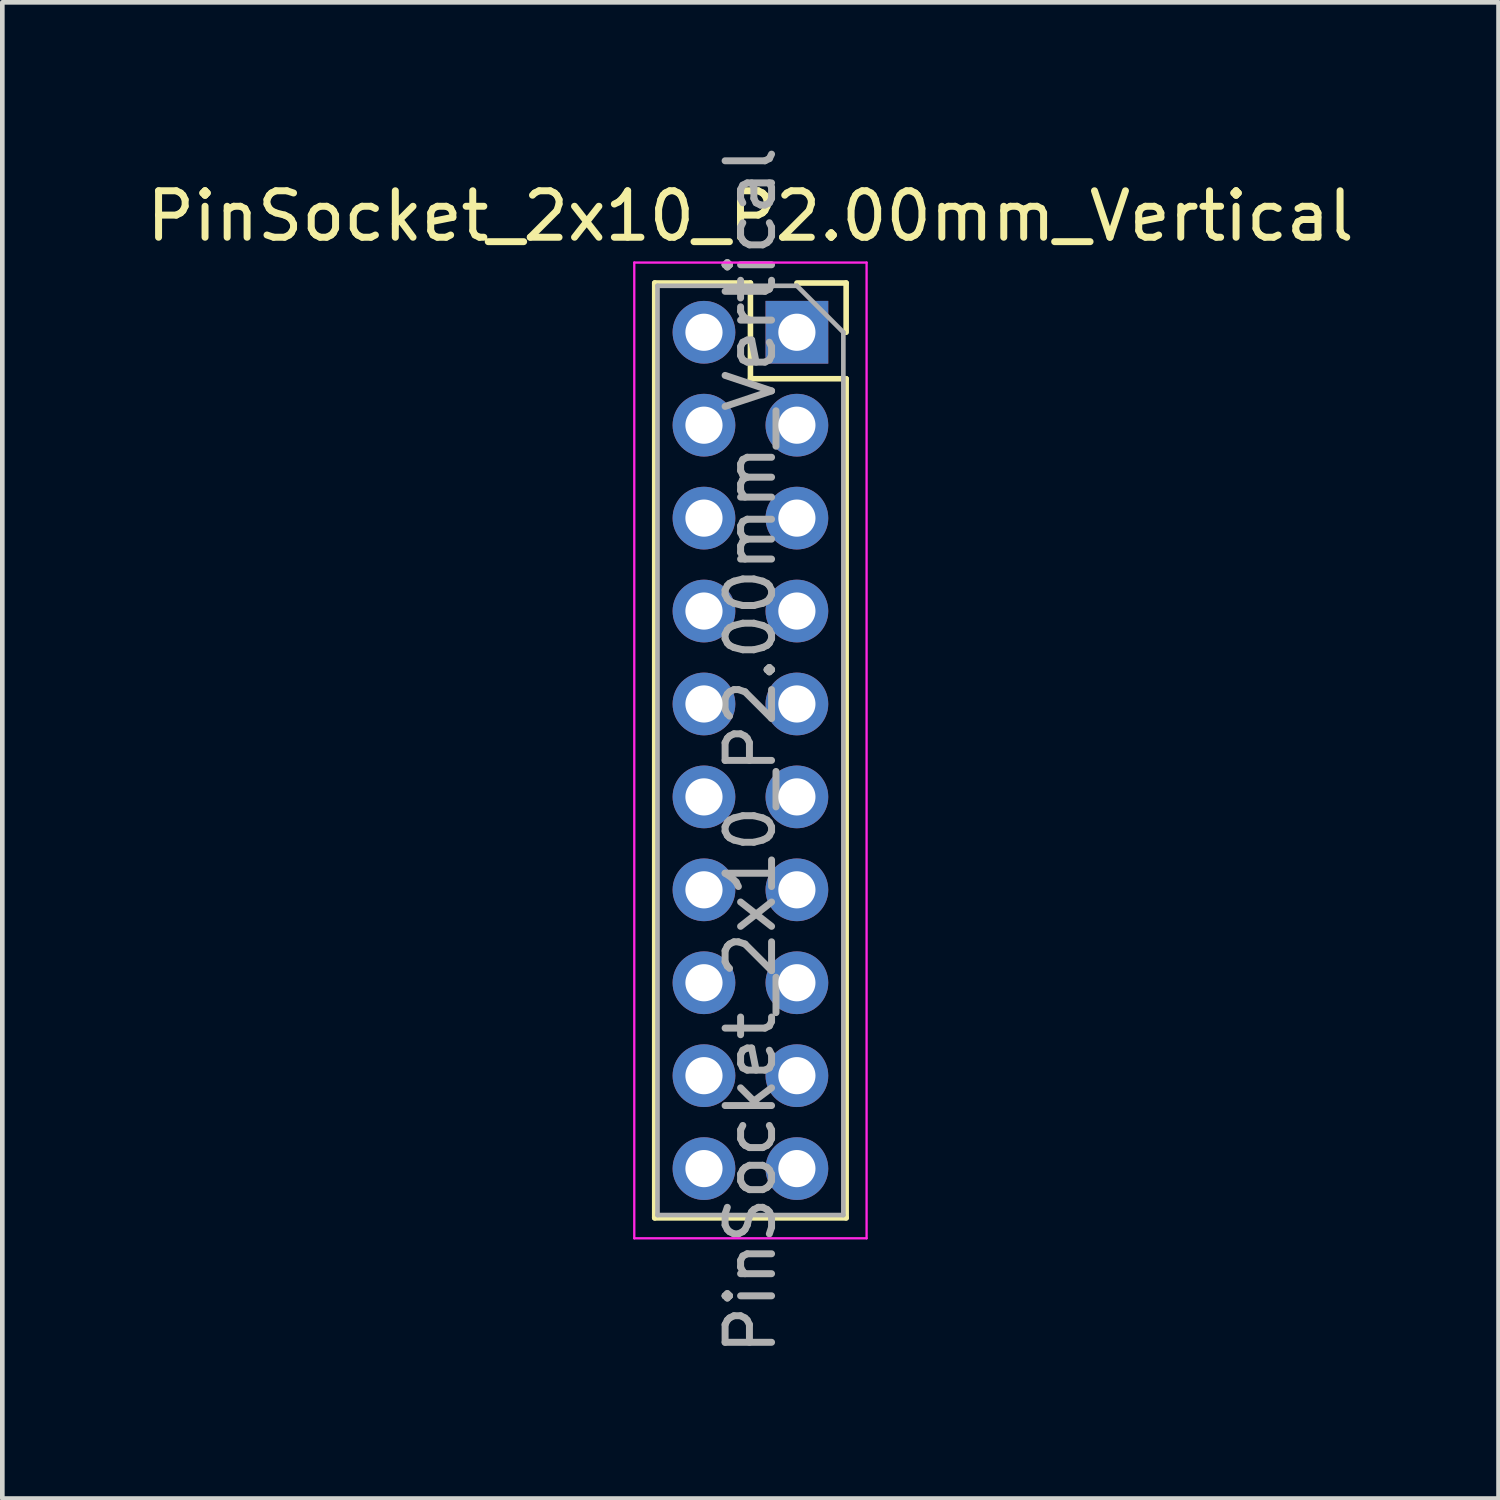
<source format=kicad_pcb>
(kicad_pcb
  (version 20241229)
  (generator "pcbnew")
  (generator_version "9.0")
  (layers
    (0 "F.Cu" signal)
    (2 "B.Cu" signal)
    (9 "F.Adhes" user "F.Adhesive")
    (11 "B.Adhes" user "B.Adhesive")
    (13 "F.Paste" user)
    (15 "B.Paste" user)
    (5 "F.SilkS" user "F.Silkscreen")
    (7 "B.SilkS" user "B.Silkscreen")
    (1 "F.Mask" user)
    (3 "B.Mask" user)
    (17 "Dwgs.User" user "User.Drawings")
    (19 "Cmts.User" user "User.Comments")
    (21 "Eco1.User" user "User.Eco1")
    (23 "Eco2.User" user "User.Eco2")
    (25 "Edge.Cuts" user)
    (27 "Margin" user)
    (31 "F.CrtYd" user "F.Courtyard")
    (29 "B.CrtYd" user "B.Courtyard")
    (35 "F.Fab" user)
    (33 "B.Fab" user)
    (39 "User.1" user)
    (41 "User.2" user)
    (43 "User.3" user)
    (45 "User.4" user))
  (footprint "PinSocket_2x10_P2.00mm_Vertical"
    (layer "F.Cu")
    (at 14.101 4.101)
    (property "Reference" "PinSocket_2x10_P2.00mm_Vertical" (at -1 -2.5 0) (layer "F.SilkS") (effects (font (size 1 1) (thickness 0.15))))
    (attr through_hole)
    (fp_line (start -3.06 -1.06) (end -3.06 19.06) (stroke (width 0.12) (type solid)) (layer "F.SilkS"))
    (fp_line (start -3.06 -1.06) (end -1 -1.06) (stroke (width 0.12) (type solid)) (layer "F.SilkS"))
    (fp_line (start -3.06 19.06) (end 1.06 19.06) (stroke (width 0.12) (type solid)) (layer "F.SilkS"))
    (fp_line (start -1 -1.06) (end -1 1) (stroke (width 0.12) (type solid)) (layer "F.SilkS"))
    (fp_line (start -1 1) (end 1.06 1) (stroke (width 0.12) (type solid)) (layer "F.SilkS"))
    (fp_line (start 0 -1.06) (end 1.06 -1.06) (stroke (width 0.12) (type solid)) (layer "F.SilkS"))
    (fp_line (start 1.06 -1.06) (end 1.06 0) (stroke (width 0.12) (type solid)) (layer "F.SilkS"))
    (fp_line (start 1.06 1) (end 1.06 19.06) (stroke (width 0.12) (type solid)) (layer "F.SilkS"))
    (fp_line (start -3.5 -1.5) (end 1.5 -1.5) (stroke (width 0.05) (type solid)) (layer "F.CrtYd"))
    (fp_line (start -3.5 19.5) (end -3.5 -1.5) (stroke (width 0.05) (type solid)) (layer "F.CrtYd"))
    (fp_line (start 1.5 -1.5) (end 1.5 19.5) (stroke (width 0.05) (type solid)) (layer "F.CrtYd"))
    (fp_line (start 1.5 19.5) (end -3.5 19.5) (stroke (width 0.05) (type solid)) (layer "F.CrtYd"))
    (fp_line (start -3 -1) (end 0 -1) (stroke (width 0.1) (type solid)) (layer "F.Fab"))
    (fp_line (start -3 19) (end -3 -1) (stroke (width 0.1) (type solid)) (layer "F.Fab"))
    (fp_line (start 0 -1) (end 1 0) (stroke (width 0.1) (type solid)) (layer "F.Fab"))
    (fp_line (start 1 0) (end 1 19) (stroke (width 0.1) (type solid)) (layer "F.Fab"))
    (fp_line (start 1 19) (end -3 19) (stroke (width 0.1) (type solid)) (layer "F.Fab"))
    (fp_text user "${REFERENCE}" (at -1 9 90) (layer "F.Fab") (effects (font (size 1 1) (thickness 0.15))))
    (pad "1" thru_hole rect (at 0 0) (size 1.35 1.35) (drill 0.8) (layers "*.Cu" "*.Mask"))
    (pad "2" thru_hole circle (at -2 0) (size 1.35 1.35) (drill 0.8) (layers "*.Cu" "*.Mask"))
    (pad "3" thru_hole circle (at 0 2) (size 1.35 1.35) (drill 0.8) (layers "*.Cu" "*.Mask"))
    (pad "4" thru_hole circle (at -2 2) (size 1.35 1.35) (drill 0.8) (layers "*.Cu" "*.Mask"))
    (pad "5" thru_hole circle (at 0 4) (size 1.35 1.35) (drill 0.8) (layers "*.Cu" "*.Mask"))
    (pad "6" thru_hole circle (at -2 4) (size 1.35 1.35) (drill 0.8) (layers "*.Cu" "*.Mask"))
    (pad "7" thru_hole circle (at 0 6) (size 1.35 1.35) (drill 0.8) (layers "*.Cu" "*.Mask"))
    (pad "8" thru_hole circle (at -2 6) (size 1.35 1.35) (drill 0.8) (layers "*.Cu" "*.Mask"))
    (pad "9" thru_hole circle (at 0 8) (size 1.35 1.35) (drill 0.8) (layers "*.Cu" "*.Mask"))
    (pad "10" thru_hole circle (at -2 8) (size 1.35 1.35) (drill 0.8) (layers "*.Cu" "*.Mask"))
    (pad "11" thru_hole circle (at 0 10) (size 1.35 1.35) (drill 0.8) (layers "*.Cu" "*.Mask"))
    (pad "12" thru_hole circle (at -2 10) (size 1.35 1.35) (drill 0.8) (layers "*.Cu" "*.Mask"))
    (pad "13" thru_hole circle (at 0 12) (size 1.35 1.35) (drill 0.8) (layers "*.Cu" "*.Mask"))
    (pad "14" thru_hole circle (at -2 12) (size 1.35 1.35) (drill 0.8) (layers "*.Cu" "*.Mask"))
    (pad "15" thru_hole circle (at 0 14) (size 1.35 1.35) (drill 0.8) (layers "*.Cu" "*.Mask"))
    (pad "16" thru_hole circle (at -2 14) (size 1.35 1.35) (drill 0.8) (layers "*.Cu" "*.Mask"))
    (pad "17" thru_hole circle (at 0 16) (size 1.35 1.35) (drill 0.8) (layers "*.Cu" "*.Mask"))
    (pad "18" thru_hole circle (at -2 16) (size 1.35 1.35) (drill 0.8) (layers "*.Cu" "*.Mask"))
    (pad "19" thru_hole circle (at 0 18) (size 1.35 1.35) (drill 0.8) (layers "*.Cu" "*.Mask"))
    (pad "20" thru_hole circle (at -2 18) (size 1.35 1.35) (drill 0.8) (layers "*.Cu" "*.Mask")))
  (gr_rect
    (start -3 -3)
    (end 29.202 29.202)
    (stroke (width 0.1) (type default))
    (fill no)
    (layer "Edge.Cuts")))
</source>
